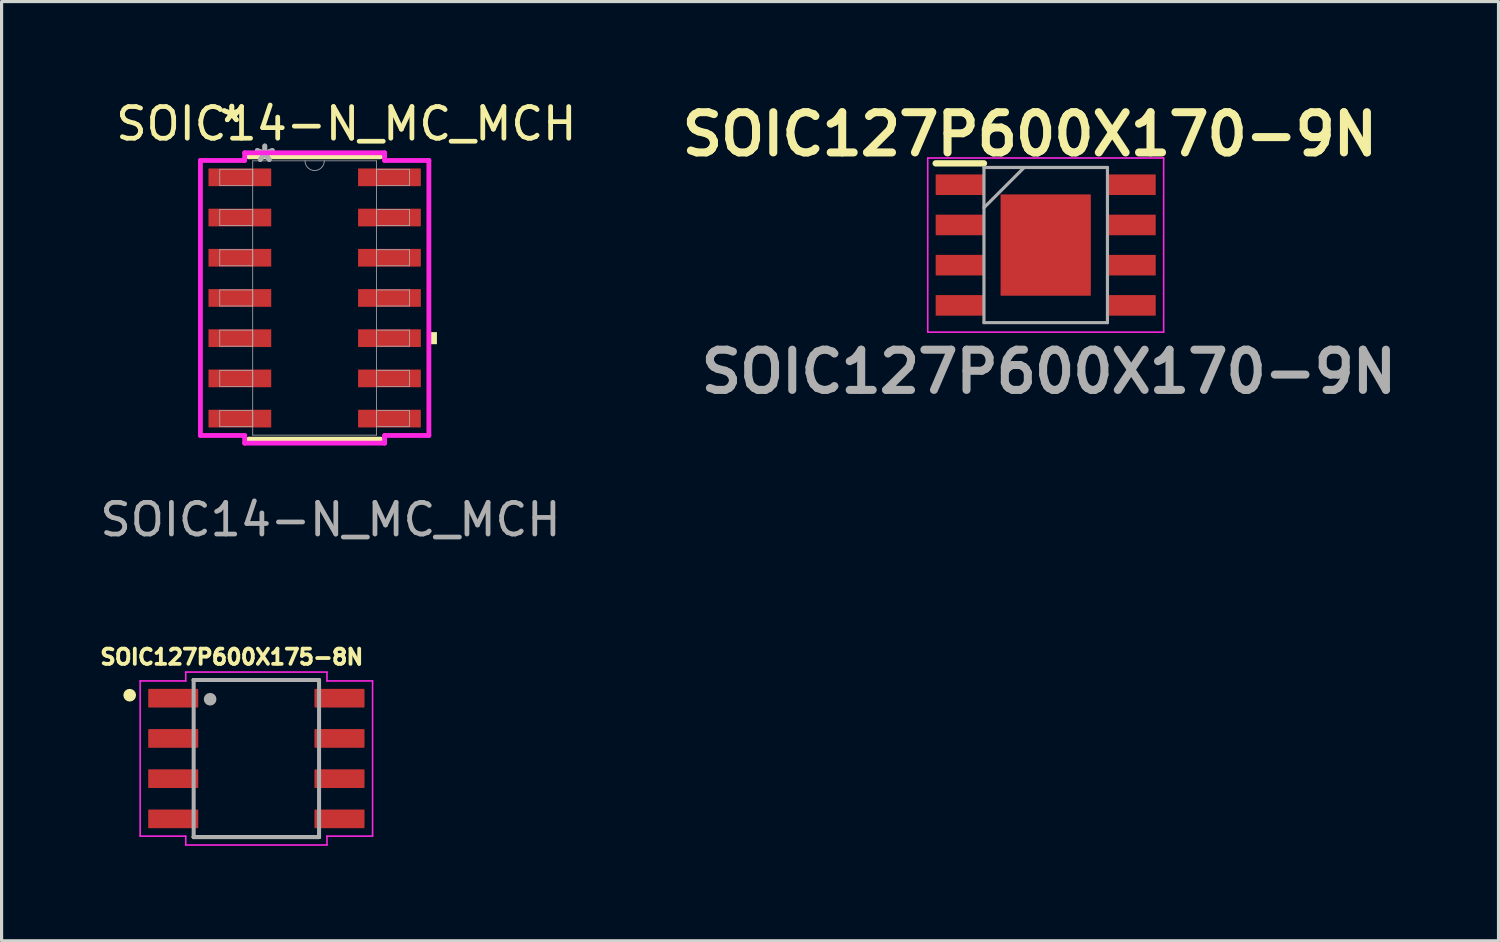
<source format=kicad_pcb>
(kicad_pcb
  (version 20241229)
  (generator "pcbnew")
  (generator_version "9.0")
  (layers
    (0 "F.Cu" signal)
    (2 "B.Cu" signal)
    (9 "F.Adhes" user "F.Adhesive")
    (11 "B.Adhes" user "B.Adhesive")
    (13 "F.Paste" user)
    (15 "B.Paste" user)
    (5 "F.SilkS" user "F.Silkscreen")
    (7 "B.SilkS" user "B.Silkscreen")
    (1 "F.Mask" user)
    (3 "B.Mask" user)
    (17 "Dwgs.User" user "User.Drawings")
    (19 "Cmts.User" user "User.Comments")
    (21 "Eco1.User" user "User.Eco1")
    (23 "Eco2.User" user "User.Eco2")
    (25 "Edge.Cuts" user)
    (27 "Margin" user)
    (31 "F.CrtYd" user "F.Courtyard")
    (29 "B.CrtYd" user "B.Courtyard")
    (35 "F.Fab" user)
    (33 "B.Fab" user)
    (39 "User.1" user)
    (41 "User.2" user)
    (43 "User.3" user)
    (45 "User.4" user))
  (footprint "SOIC127P600X175-8N"
    (layer "F.Cu")
    (at 5.046 20.905)
    (property "Reference" "SOIC127P600X175-8N" (at -0.776 -3.206 0) (layer "F.SilkS") (effects (font (size 0.48 0.48) (thickness 0.15))))
    (attr smd)
    (fp_line (start -1.98 -2.48) (end 1.98 -2.48) (stroke (width 0.127) (type solid)) (layer "F.SilkS"))
    (fp_line (start -1.98 2.48) (end 1.98 2.48) (stroke (width 0.127) (type solid)) (layer "F.SilkS"))
    (fp_circle (center -4 -2) (end -3.9 -2) (stroke (width 0.2) (type solid)) (fill no) (layer "F.SilkS"))
    (fp_line (start -3.67 -2.45) (end -2.23 -2.45) (stroke (width 0.05) (type solid)) (layer "F.CrtYd"))
    (fp_line (start -3.67 2.45) (end -3.67 -2.45) (stroke (width 0.05) (type solid)) (layer "F.CrtYd"))
    (fp_line (start -2.23 -2.73) (end 2.23 -2.73) (stroke (width 0.05) (type solid)) (layer "F.CrtYd"))
    (fp_line (start -2.23 -2.45) (end -2.23 -2.73) (stroke (width 0.05) (type solid)) (layer "F.CrtYd"))
    (fp_line (start -2.23 2.45) (end -3.67 2.45) (stroke (width 0.05) (type solid)) (layer "F.CrtYd"))
    (fp_line (start -2.23 2.73) (end -2.23 2.45) (stroke (width 0.05) (type solid)) (layer "F.CrtYd"))
    (fp_line (start 2.23 -2.73) (end 2.23 -2.45) (stroke (width 0.05) (type solid)) (layer "F.CrtYd"))
    (fp_line (start 2.23 -2.45) (end 3.67 -2.45) (stroke (width 0.05) (type solid)) (layer "F.CrtYd"))
    (fp_line (start 2.23 2.45) (end 2.23 2.73) (stroke (width 0.05) (type solid)) (layer "F.CrtYd"))
    (fp_line (start 2.23 2.73) (end -2.23 2.73) (stroke (width 0.05) (type solid)) (layer "F.CrtYd"))
    (fp_line (start 3.67 -2.45) (end 3.67 2.45) (stroke (width 0.05) (type solid)) (layer "F.CrtYd"))
    (fp_line (start 3.67 2.45) (end 2.23 2.45) (stroke (width 0.05) (type solid)) (layer "F.CrtYd"))
    (fp_line (start -1.98 -2.48) (end 1.98 -2.48) (stroke (width 0.127) (type solid)) (layer "F.Fab"))
    (fp_line (start -1.98 2.48) (end -1.98 -2.48) (stroke (width 0.127) (type solid)) (layer "F.Fab"))
    (fp_line (start 1.98 -2.48) (end 1.98 2.48) (stroke (width 0.127) (type solid)) (layer "F.Fab"))
    (fp_line (start 1.98 2.48) (end -1.98 2.48) (stroke (width 0.127) (type solid)) (layer "F.Fab"))
    (fp_circle (center -1.46 -1.873) (end -1.36 -1.873) (stroke (width 0.2) (type solid)) (fill no) (layer "F.Fab"))
    (pad "1" smd roundrect (at -2.625 -1.905) (size 1.58 0.59) (layers "F.Cu" "F.Mask" "F.Paste") (roundrect_rratio 0.04))
    (pad "2" smd roundrect (at -2.625 -0.635) (size 1.58 0.59) (layers "F.Cu" "F.Mask" "F.Paste") (roundrect_rratio 0.04))
    (pad "3" smd roundrect (at -2.625 0.635) (size 1.58 0.59) (layers "F.Cu" "F.Mask" "F.Paste") (roundrect_rratio 0.04))
    (pad "4" smd roundrect (at -2.625 1.905) (size 1.58 0.59) (layers "F.Cu" "F.Mask" "F.Paste") (roundrect_rratio 0.04))
    (pad "5" smd roundrect (at 2.625 1.905 180) (size 1.58 0.59) (layers "F.Cu" "F.Mask" "F.Paste") (roundrect_rratio 0.04))
    (pad "6" smd roundrect (at 2.625 0.635 180) (size 1.58 0.59) (layers "F.Cu" "F.Mask" "F.Paste") (roundrect_rratio 0.04))
    (pad "7" smd roundrect (at 2.625 -0.635 180) (size 1.58 0.59) (layers "F.Cu" "F.Mask" "F.Paste") (roundrect_rratio 0.04))
    (pad "8" smd roundrect (at 2.625 -1.905 180) (size 1.58 0.59) (layers "F.Cu" "F.Mask" "F.Paste") (roundrect_rratio 0.04)))
  (footprint "SOIC127P600X170-9N"
    (layer "F.Cu")
    (at 29.974 4.689)
    (property "Reference" "SOIC127P600X170-9N" (at -0.5 -3.5 0) (layer "F.SilkS") (effects (font (size 1.27 1.27) (thickness 0.254))))
    (attr smd)
    (fp_line (start -3.475 -2.58) (end -1.95 -2.58) (stroke (width 0.2) (type solid)) (layer "F.SilkS"))
    (fp_line (start -3.725 -2.75) (end 3.725 -2.75) (stroke (width 0.05) (type solid)) (layer "F.CrtYd"))
    (fp_line (start -3.725 2.75) (end -3.725 -2.75) (stroke (width 0.05) (type solid)) (layer "F.CrtYd"))
    (fp_line (start 3.725 -2.75) (end 3.725 2.75) (stroke (width 0.05) (type solid)) (layer "F.CrtYd"))
    (fp_line (start 3.725 2.75) (end -3.725 2.75) (stroke (width 0.05) (type solid)) (layer "F.CrtYd"))
    (fp_line (start -1.95 -2.45) (end 1.95 -2.45) (stroke (width 0.1) (type solid)) (layer "F.Fab"))
    (fp_line (start -1.95 -1.18) (end -0.68 -2.45) (stroke (width 0.1) (type solid)) (layer "F.Fab"))
    (fp_line (start -1.95 2.45) (end -1.95 -2.45) (stroke (width 0.1) (type solid)) (layer "F.Fab"))
    (fp_line (start 1.95 -2.45) (end 1.95 2.45) (stroke (width 0.1) (type solid)) (layer "F.Fab"))
    (fp_line (start 1.95 2.45) (end -1.95 2.45) (stroke (width 0.1) (type solid)) (layer "F.Fab"))
    (fp_text user "${REFERENCE}" (at 0.1 4 0) (layer "F.Fab") (effects (font (size 1.27 1.27) (thickness 0.254))))
    (pad "1" smd rect (at -2.712 -1.905 90) (size 0.65 1.525) (layers "F.Cu" "F.Mask" "F.Paste"))
    (pad "2" smd rect (at -2.712 -0.635 90) (size 0.65 1.525) (layers "F.Cu" "F.Mask" "F.Paste"))
    (pad "3" smd rect (at -2.712 0.635 90) (size 0.65 1.525) (layers "F.Cu" "F.Mask" "F.Paste"))
    (pad "4" smd rect (at -2.712 1.905 90) (size 0.65 1.525) (layers "F.Cu" "F.Mask" "F.Paste"))
    (pad "5" smd rect (at 2.712 1.905 90) (size 0.65 1.525) (layers "F.Cu" "F.Mask" "F.Paste"))
    (pad "6" smd rect (at 2.712 0.635 90) (size 0.65 1.525) (layers "F.Cu" "F.Mask" "F.Paste"))
    (pad "7" smd rect (at 2.712 -0.635 90) (size 0.65 1.525) (layers "F.Cu" "F.Mask" "F.Paste"))
    (pad "8" smd rect (at 2.712 -1.905 90) (size 0.65 1.525) (layers "F.Cu" "F.Mask" "F.Paste"))
    (pad "9" smd rect (at 0 0) (size 2.85 3.2) (layers "F.Cu" "F.Mask" "F.Paste")))
  (footprint "SOIC14-N_MC_MCH"
    (layer "F.Cu")
    (at 6.887 6.36)
    (property "Reference" "SOIC14-N_MC_MCH" (at 1 -5.5 0) (unlocked yes) (layer "F.SilkS") (effects (font (size 1 1) (thickness 0.15))))
    (attr smd)
    (fp_line (start -2.083 4.458) (end 2.083 4.458) (stroke (width 0.152) (type solid)) (layer "F.SilkS"))
    (fp_line (start 2.083 -4.458) (end -2.083 -4.458) (stroke (width 0.152) (type solid)) (layer "F.SilkS"))
    (fp_poly (pts (xy 3.861 1.079) (xy 3.861 1.46) (xy 3.607 1.46) (xy 3.607 1.079)) (stroke (width 0) (type solid)) (fill yes) (layer "F.SilkS"))
    (fp_line (start -3.607 -4.343) (end -2.21 -4.343) (stroke (width 0.152) (type solid)) (layer "F.CrtYd"))
    (fp_line (start -3.607 4.343) (end -3.607 -4.343) (stroke (width 0.152) (type solid)) (layer "F.CrtYd"))
    (fp_line (start -3.607 4.343) (end -2.21 4.343) (stroke (width 0.152) (type solid)) (layer "F.CrtYd"))
    (fp_line (start -2.21 -4.585) (end 2.21 -4.585) (stroke (width 0.152) (type solid)) (layer "F.CrtYd"))
    (fp_line (start -2.21 -4.343) (end -2.21 -4.585) (stroke (width 0.152) (type solid)) (layer "F.CrtYd"))
    (fp_line (start -2.21 4.585) (end -2.21 4.343) (stroke (width 0.152) (type solid)) (layer "F.CrtYd"))
    (fp_line (start 2.21 -4.585) (end 2.21 -4.343) (stroke (width 0.152) (type solid)) (layer "F.CrtYd"))
    (fp_line (start 2.21 4.343) (end 2.21 4.585) (stroke (width 0.152) (type solid)) (layer "F.CrtYd"))
    (fp_line (start 2.21 4.585) (end -2.21 4.585) (stroke (width 0.152) (type solid)) (layer "F.CrtYd"))
    (fp_line (start 3.607 -4.343) (end 2.21 -4.343) (stroke (width 0.152) (type solid)) (layer "F.CrtYd"))
    (fp_line (start 3.607 -4.343) (end 3.607 4.343) (stroke (width 0.152) (type solid)) (layer "F.CrtYd"))
    (fp_line (start 3.607 4.343) (end 2.21 4.343) (stroke (width 0.152) (type solid)) (layer "F.CrtYd"))
    (fp_line (start -2.997 -4.064) (end -2.997 -3.556) (stroke (width 0.025) (type solid)) (layer "F.Fab"))
    (fp_line (start -2.997 -3.556) (end -1.956 -3.556) (stroke (width 0.025) (type solid)) (layer "F.Fab"))
    (fp_line (start -2.997 -2.794) (end -2.997 -2.286) (stroke (width 0.025) (type solid)) (layer "F.Fab"))
    (fp_line (start -2.997 -2.286) (end -1.956 -2.286) (stroke (width 0.025) (type solid)) (layer "F.Fab"))
    (fp_line (start -2.997 -1.524) (end -2.997 -1.016) (stroke (width 0.025) (type solid)) (layer "F.Fab"))
    (fp_line (start -2.997 -1.016) (end -1.956 -1.016) (stroke (width 0.025) (type solid)) (layer "F.Fab"))
    (fp_line (start -2.997 -0.254) (end -2.997 0.254) (stroke (width 0.025) (type solid)) (layer "F.Fab"))
    (fp_line (start -2.997 0.254) (end -1.956 0.254) (stroke (width 0.025) (type solid)) (layer "F.Fab"))
    (fp_line (start -2.997 1.016) (end -2.997 1.524) (stroke (width 0.025) (type solid)) (layer "F.Fab"))
    (fp_line (start -2.997 1.524) (end -1.956 1.524) (stroke (width 0.025) (type solid)) (layer "F.Fab"))
    (fp_line (start -2.997 2.286) (end -2.997 2.794) (stroke (width 0.025) (type solid)) (layer "F.Fab"))
    (fp_line (start -2.997 2.794) (end -1.956 2.794) (stroke (width 0.025) (type solid)) (layer "F.Fab"))
    (fp_line (start -2.997 3.556) (end -2.997 4.064) (stroke (width 0.025) (type solid)) (layer "F.Fab"))
    (fp_line (start -2.997 4.064) (end -1.956 4.064) (stroke (width 0.025) (type solid)) (layer "F.Fab"))
    (fp_line (start -1.956 -4.331) (end -1.956 4.331) (stroke (width 0.025) (type solid)) (layer "F.Fab"))
    (fp_line (start -1.956 -4.064) (end -2.997 -4.064) (stroke (width 0.025) (type solid)) (layer "F.Fab"))
    (fp_line (start -1.956 -3.556) (end -1.956 -4.064) (stroke (width 0.025) (type solid)) (layer "F.Fab"))
    (fp_line (start -1.956 -2.794) (end -2.997 -2.794) (stroke (width 0.025) (type solid)) (layer "F.Fab"))
    (fp_line (start -1.956 -2.286) (end -1.956 -2.794) (stroke (width 0.025) (type solid)) (layer "F.Fab"))
    (fp_line (start -1.956 -1.524) (end -2.997 -1.524) (stroke (width 0.025) (type solid)) (layer "F.Fab"))
    (fp_line (start -1.956 -1.016) (end -1.956 -1.524) (stroke (width 0.025) (type solid)) (layer "F.Fab"))
    (fp_line (start -1.956 -0.254) (end -2.997 -0.254) (stroke (width 0.025) (type solid)) (layer "F.Fab"))
    (fp_line (start -1.956 0.254) (end -1.956 -0.254) (stroke (width 0.025) (type solid)) (layer "F.Fab"))
    (fp_line (start -1.956 1.016) (end -2.997 1.016) (stroke (width 0.025) (type solid)) (layer "F.Fab"))
    (fp_line (start -1.956 1.524) (end -1.956 1.016) (stroke (width 0.025) (type solid)) (layer "F.Fab"))
    (fp_line (start -1.956 2.286) (end -2.997 2.286) (stroke (width 0.025) (type solid)) (layer "F.Fab"))
    (fp_line (start -1.956 2.794) (end -1.956 2.286) (stroke (width 0.025) (type solid)) (layer "F.Fab"))
    (fp_line (start -1.956 3.556) (end -2.997 3.556) (stroke (width 0.025) (type solid)) (layer "F.Fab"))
    (fp_line (start -1.956 4.064) (end -1.956 3.556) (stroke (width 0.025) (type solid)) (layer "F.Fab"))
    (fp_line (start -1.956 4.331) (end 1.956 4.331) (stroke (width 0.025) (type solid)) (layer "F.Fab"))
    (fp_line (start 1.956 -4.331) (end -1.956 -4.331) (stroke (width 0.025) (type solid)) (layer "F.Fab"))
    (fp_line (start 1.956 -4.064) (end 1.956 -3.556) (stroke (width 0.025) (type solid)) (layer "F.Fab"))
    (fp_line (start 1.956 -3.556) (end 2.997 -3.556) (stroke (width 0.025) (type solid)) (layer "F.Fab"))
    (fp_line (start 1.956 -2.794) (end 1.956 -2.286) (stroke (width 0.025) (type solid)) (layer "F.Fab"))
    (fp_line (start 1.956 -2.286) (end 2.997 -2.286) (stroke (width 0.025) (type solid)) (layer "F.Fab"))
    (fp_line (start 1.956 -1.524) (end 1.956 -1.016) (stroke (width 0.025) (type solid)) (layer "F.Fab"))
    (fp_line (start 1.956 -1.016) (end 2.997 -1.016) (stroke (width 0.025) (type solid)) (layer "F.Fab"))
    (fp_line (start 1.956 -0.254) (end 1.956 0.254) (stroke (width 0.025) (type solid)) (layer "F.Fab"))
    (fp_line (start 1.956 0.254) (end 2.997 0.254) (stroke (width 0.025) (type solid)) (layer "F.Fab"))
    (fp_line (start 1.956 1.016) (end 1.956 1.524) (stroke (width 0.025) (type solid)) (layer "F.Fab"))
    (fp_line (start 1.956 1.524) (end 2.997 1.524) (stroke (width 0.025) (type solid)) (layer "F.Fab"))
    (fp_line (start 1.956 2.286) (end 1.956 2.794) (stroke (width 0.025) (type solid)) (layer "F.Fab"))
    (fp_line (start 1.956 2.794) (end 2.997 2.794) (stroke (width 0.025) (type solid)) (layer "F.Fab"))
    (fp_line (start 1.956 3.556) (end 1.956 4.064) (stroke (width 0.025) (type solid)) (layer "F.Fab"))
    (fp_line (start 1.956 4.064) (end 2.997 4.064) (stroke (width 0.025) (type solid)) (layer "F.Fab"))
    (fp_line (start 1.956 4.331) (end 1.956 -4.331) (stroke (width 0.025) (type solid)) (layer "F.Fab"))
    (fp_line (start 2.997 -4.064) (end 1.956 -4.064) (stroke (width 0.025) (type solid)) (layer "F.Fab"))
    (fp_line (start 2.997 -3.556) (end 2.997 -4.064) (stroke (width 0.025) (type solid)) (layer "F.Fab"))
    (fp_line (start 2.997 -2.794) (end 1.956 -2.794) (stroke (width 0.025) (type solid)) (layer "F.Fab"))
    (fp_line (start 2.997 -2.286) (end 2.997 -2.794) (stroke (width 0.025) (type solid)) (layer "F.Fab"))
    (fp_line (start 2.997 -1.524) (end 1.956 -1.524) (stroke (width 0.025) (type solid)) (layer "F.Fab"))
    (fp_line (start 2.997 -1.016) (end 2.997 -1.524) (stroke (width 0.025) (type solid)) (layer "F.Fab"))
    (fp_line (start 2.997 -0.254) (end 1.956 -0.254) (stroke (width 0.025) (type solid)) (layer "F.Fab"))
    (fp_line (start 2.997 0.254) (end 2.997 -0.254) (stroke (width 0.025) (type solid)) (layer "F.Fab"))
    (fp_line (start 2.997 1.016) (end 1.956 1.016) (stroke (width 0.025) (type solid)) (layer "F.Fab"))
    (fp_line (start 2.997 1.524) (end 2.997 1.016) (stroke (width 0.025) (type solid)) (layer "F.Fab"))
    (fp_line (start 2.997 2.286) (end 1.956 2.286) (stroke (width 0.025) (type solid)) (layer "F.Fab"))
    (fp_line (start 2.997 2.794) (end 2.997 2.286) (stroke (width 0.025) (type solid)) (layer "F.Fab"))
    (fp_line (start 2.997 3.556) (end 1.956 3.556) (stroke (width 0.025) (type solid)) (layer "F.Fab"))
    (fp_line (start 2.997 4.064) (end 2.997 3.556) (stroke (width 0.025) (type solid)) (layer "F.Fab"))
    (fp_arc (start 0.3048 -4.3307) (mid 0 -4.0259) (end -0.3048 -4.3307) (stroke (width 0.0254) (type solid)) (layer "F.Fab"))
    (fp_text user "*" (at -2.616 -5.512 0) (unlocked yes) (layer "F.SilkS") (effects (font (size 1 1) (thickness 0.15))))
    (fp_text user "*" (at -2.616 -5.512 0) (layer "F.SilkS") (effects (font (size 1 1) (thickness 0.15))))
    (fp_text user "*" (at -1.575 -4.255 0) (layer "F.Fab") (effects (font (size 1 1) (thickness 0.15))))
    (fp_text user "${REFERENCE}" (at 0.5 7 0) (unlocked yes) (layer "F.Fab") (effects (font (size 1 1) (thickness 0.15))))
    (fp_text user "*" (at -1.575 -4.255 0) (unlocked yes) (layer "F.Fab") (effects (font (size 1 1) (thickness 0.15))))
    (pad "1" smd rect (at -2.362 -3.81) (size 1.981 0.559) (layers "F.Cu" "F.Mask" "F.Paste"))
    (pad "2" smd rect (at -2.362 -2.54) (size 1.981 0.559) (layers "F.Cu" "F.Mask" "F.Paste"))
    (pad "3" smd rect (at -2.362 -1.27) (size 1.981 0.559) (layers "F.Cu" "F.Mask" "F.Paste"))
    (pad "4" smd rect (at -2.362 0) (size 1.981 0.559) (layers "F.Cu" "F.Mask" "F.Paste"))
    (pad "5" smd rect (at -2.362 1.27) (size 1.981 0.559) (layers "F.Cu" "F.Mask" "F.Paste"))
    (pad "6" smd rect (at -2.362 2.54) (size 1.981 0.559) (layers "F.Cu" "F.Mask" "F.Paste"))
    (pad "7" smd rect (at -2.362 3.81) (size 1.981 0.559) (layers "F.Cu" "F.Mask" "F.Paste"))
    (pad "8" smd rect (at 2.362 3.81) (size 1.981 0.559) (layers "F.Cu" "F.Mask" "F.Paste"))
    (pad "9" smd rect (at 2.362 2.54) (size 1.981 0.559) (layers "F.Cu" "F.Mask" "F.Paste"))
    (pad "10" smd rect (at 2.362 1.27) (size 1.981 0.559) (layers "F.Cu" "F.Mask" "F.Paste"))
    (pad "11" smd rect (at 2.362 0) (size 1.981 0.559) (layers "F.Cu" "F.Mask" "F.Paste"))
    (pad "12" smd rect (at 2.362 -1.27) (size 1.981 0.559) (layers "F.Cu" "F.Mask" "F.Paste"))
    (pad "13" smd rect (at 2.362 -2.54) (size 1.981 0.559) (layers "F.Cu" "F.Mask" "F.Paste"))
    (pad "14" smd rect (at 2.362 -3.81) (size 1.981 0.559) (layers "F.Cu" "F.Mask" "F.Paste")))
  (gr_rect
    (start -3 -3)
    (end 44.274 26.66)
    (stroke (width 0.1) (type default))
    (fill no)
    (layer "Edge.Cuts")))
</source>
